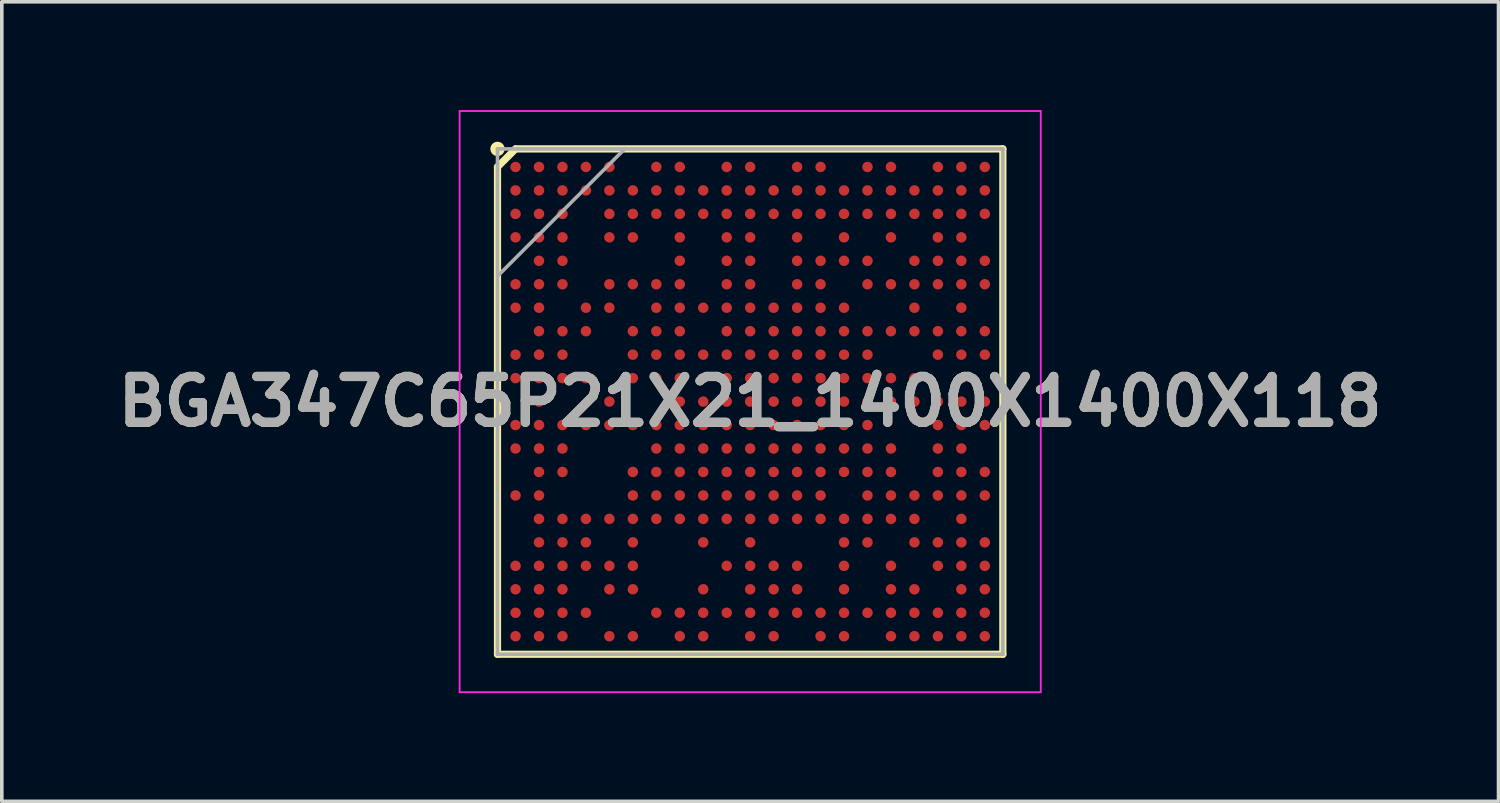
<source format=kicad_pcb>
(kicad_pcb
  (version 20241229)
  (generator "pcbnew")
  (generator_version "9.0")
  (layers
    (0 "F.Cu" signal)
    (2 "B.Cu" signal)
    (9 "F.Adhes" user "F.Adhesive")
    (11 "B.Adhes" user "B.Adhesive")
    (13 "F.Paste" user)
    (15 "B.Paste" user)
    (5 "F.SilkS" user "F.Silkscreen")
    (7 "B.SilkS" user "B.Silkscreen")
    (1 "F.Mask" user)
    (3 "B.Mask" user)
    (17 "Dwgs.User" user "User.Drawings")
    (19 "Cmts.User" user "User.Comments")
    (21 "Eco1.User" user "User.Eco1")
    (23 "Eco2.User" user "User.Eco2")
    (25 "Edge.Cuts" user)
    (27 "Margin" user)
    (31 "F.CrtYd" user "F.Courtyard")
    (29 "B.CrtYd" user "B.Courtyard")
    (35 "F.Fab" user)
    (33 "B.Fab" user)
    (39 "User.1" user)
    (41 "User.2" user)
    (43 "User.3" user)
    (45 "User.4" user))
  (footprint "BGA347C65P21X21_1400X1400X118"
    (layer "F.Cu")
    (at 17.732 8.075)
    (property "Reference" "BGA347C65P21X21_1400X1400X118" (at 0 0 0) (layer "F.SilkS") (effects (font (size 1.27 1.27) (thickness 0.254))))
    (attr smd)
    (fp_line (start -7 -6.5) (end -6.5 -7) (stroke (width 0.2) (type solid)) (layer "F.SilkS"))
    (fp_line (start -7 7) (end -7 -6.5) (stroke (width 0.2) (type solid)) (layer "F.SilkS"))
    (fp_line (start -6.5 -7) (end 7 -7) (stroke (width 0.2) (type solid)) (layer "F.SilkS"))
    (fp_line (start 7 -7) (end 7 7) (stroke (width 0.2) (type solid)) (layer "F.SilkS"))
    (fp_line (start 7 7) (end -7 7) (stroke (width 0.2) (type solid)) (layer "F.SilkS"))
    (fp_circle (center -7 -7) (end -7 -6.9) (stroke (width 0.2) (type solid)) (fill no) (layer "F.SilkS"))
    (fp_line (start -8.05 -8.05) (end 8.05 -8.05) (stroke (width 0.05) (type solid)) (layer "F.CrtYd"))
    (fp_line (start -8.05 8.05) (end -8.05 -8.05) (stroke (width 0.05) (type solid)) (layer "F.CrtYd"))
    (fp_line (start 8.05 -8.05) (end 8.05 8.05) (stroke (width 0.05) (type solid)) (layer "F.CrtYd"))
    (fp_line (start 8.05 8.05) (end -8.05 8.05) (stroke (width 0.05) (type solid)) (layer "F.CrtYd"))
    (fp_line (start -7 -7) (end 7 -7) (stroke (width 0.1) (type solid)) (layer "F.Fab"))
    (fp_line (start -7 -3.475) (end -3.475 -7) (stroke (width 0.1) (type solid)) (layer "F.Fab"))
    (fp_line (start -7 7) (end -7 -7) (stroke (width 0.1) (type solid)) (layer "F.Fab"))
    (fp_line (start 7 -7) (end 7 7) (stroke (width 0.1) (type solid)) (layer "F.Fab"))
    (fp_line (start 7 7) (end -7 7) (stroke (width 0.1) (type solid)) (layer "F.Fab"))
    (fp_text user "${REFERENCE}" (at 0 0 0) (layer "F.Fab") (effects (font (size 1.27 1.27) (thickness 0.254))))
    (pad "A1" smd circle (at -6.5 -6.5 90) (size 0.29 0.29) (layers "F.Cu" "F.Mask" "F.Paste"))
    (pad "A2" smd circle (at -5.85 -6.5 90) (size 0.29 0.29) (layers "F.Cu" "F.Mask" "F.Paste"))
    (pad "A3" smd circle (at -5.2 -6.5 90) (size 0.29 0.29) (layers "F.Cu" "F.Mask" "F.Paste"))
    (pad "A4" smd circle (at -4.55 -6.5 90) (size 0.29 0.29) (layers "F.Cu" "F.Mask" "F.Paste"))
    (pad "A5" smd circle (at -3.9 -6.5 90) (size 0.29 0.29) (layers "F.Cu" "F.Mask" "F.Paste"))
    (pad "A7" smd circle (at -2.6 -6.5 90) (size 0.29 0.29) (layers "F.Cu" "F.Mask" "F.Paste"))
    (pad "A8" smd circle (at -1.95 -6.5 90) (size 0.29 0.29) (layers "F.Cu" "F.Mask" "F.Paste"))
    (pad "A10" smd circle (at -0.65 -6.5 90) (size 0.29 0.29) (layers "F.Cu" "F.Mask" "F.Paste"))
    (pad "A11" smd circle (at 0 -6.5 90) (size 0.29 0.29) (layers "F.Cu" "F.Mask" "F.Paste"))
    (pad "A13" smd circle (at 1.3 -6.5 90) (size 0.29 0.29) (layers "F.Cu" "F.Mask" "F.Paste"))
    (pad "A14" smd circle (at 1.95 -6.5 90) (size 0.29 0.29) (layers "F.Cu" "F.Mask" "F.Paste"))
    (pad "A16" smd circle (at 3.25 -6.5 90) (size 0.29 0.29) (layers "F.Cu" "F.Mask" "F.Paste"))
    (pad "A17" smd circle (at 3.9 -6.5 90) (size 0.29 0.29) (layers "F.Cu" "F.Mask" "F.Paste"))
    (pad "A19" smd circle (at 5.2 -6.5 90) (size 0.29 0.29) (layers "F.Cu" "F.Mask" "F.Paste"))
    (pad "A20" smd circle (at 5.85 -6.5 90) (size 0.29 0.29) (layers "F.Cu" "F.Mask" "F.Paste"))
    (pad "A21" smd circle (at 6.5 -6.5 90) (size 0.29 0.29) (layers "F.Cu" "F.Mask" "F.Paste"))
    (pad "AA1" smd circle (at -6.5 6.5 90) (size 0.29 0.29) (layers "F.Cu" "F.Mask" "F.Paste"))
    (pad "AA2" smd circle (at -5.85 6.5 90) (size 0.29 0.29) (layers "F.Cu" "F.Mask" "F.Paste"))
    (pad "AA3" smd circle (at -5.2 6.5 90) (size 0.29 0.29) (layers "F.Cu" "F.Mask" "F.Paste"))
    (pad "AA5" smd circle (at -3.9 6.5 90) (size 0.29 0.29) (layers "F.Cu" "F.Mask" "F.Paste"))
    (pad "AA6" smd circle (at -3.25 6.5 90) (size 0.29 0.29) (layers "F.Cu" "F.Mask" "F.Paste"))
    (pad "AA8" smd circle (at -1.95 6.5 90) (size 0.29 0.29) (layers "F.Cu" "F.Mask" "F.Paste"))
    (pad "AA9" smd circle (at -1.3 6.5 90) (size 0.29 0.29) (layers "F.Cu" "F.Mask" "F.Paste"))
    (pad "AA11" smd circle (at 0 6.5 90) (size 0.29 0.29) (layers "F.Cu" "F.Mask" "F.Paste"))
    (pad "AA12" smd circle (at 0.65 6.5 90) (size 0.29 0.29) (layers "F.Cu" "F.Mask" "F.Paste"))
    (pad "AA14" smd circle (at 1.95 6.5 90) (size 0.29 0.29) (layers "F.Cu" "F.Mask" "F.Paste"))
    (pad "AA15" smd circle (at 2.6 6.5 90) (size 0.29 0.29) (layers "F.Cu" "F.Mask" "F.Paste"))
    (pad "AA17" smd circle (at 3.9 6.5 90) (size 0.29 0.29) (layers "F.Cu" "F.Mask" "F.Paste"))
    (pad "AA18" smd circle (at 4.55 6.5 90) (size 0.29 0.29) (layers "F.Cu" "F.Mask" "F.Paste"))
    (pad "AA19" smd circle (at 5.2 6.5 90) (size 0.29 0.29) (layers "F.Cu" "F.Mask" "F.Paste"))
    (pad "AA20" smd circle (at 5.85 6.5 90) (size 0.29 0.29) (layers "F.Cu" "F.Mask" "F.Paste"))
    (pad "AA21" smd circle (at 6.5 6.5 90) (size 0.29 0.29) (layers "F.Cu" "F.Mask" "F.Paste"))
    (pad "B1" smd circle (at -6.5 -5.85 90) (size 0.29 0.29) (layers "F.Cu" "F.Mask" "F.Paste"))
    (pad "B2" smd circle (at -5.85 -5.85 90) (size 0.29 0.29) (layers "F.Cu" "F.Mask" "F.Paste"))
    (pad "B3" smd circle (at -5.2 -5.85 90) (size 0.29 0.29) (layers "F.Cu" "F.Mask" "F.Paste"))
    (pad "B4" smd circle (at -4.55 -5.85 90) (size 0.29 0.29) (layers "F.Cu" "F.Mask" "F.Paste"))
    (pad "B5" smd circle (at -3.9 -5.85 90) (size 0.29 0.29) (layers "F.Cu" "F.Mask" "F.Paste"))
    (pad "B6" smd circle (at -3.25 -5.85 90) (size 0.29 0.29) (layers "F.Cu" "F.Mask" "F.Paste"))
    (pad "B7" smd circle (at -2.6 -5.85 90) (size 0.29 0.29) (layers "F.Cu" "F.Mask" "F.Paste"))
    (pad "B8" smd circle (at -1.95 -5.85 90) (size 0.29 0.29) (layers "F.Cu" "F.Mask" "F.Paste"))
    (pad "B9" smd circle (at -1.3 -5.85 90) (size 0.29 0.29) (layers "F.Cu" "F.Mask" "F.Paste"))
    (pad "B10" smd circle (at -0.65 -5.85 90) (size 0.29 0.29) (layers "F.Cu" "F.Mask" "F.Paste"))
    (pad "B11" smd circle (at 0 -5.85 90) (size 0.29 0.29) (layers "F.Cu" "F.Mask" "F.Paste"))
    (pad "B12" smd circle (at 0.65 -5.85 90) (size 0.29 0.29) (layers "F.Cu" "F.Mask" "F.Paste"))
    (pad "B13" smd circle (at 1.3 -5.85 90) (size 0.29 0.29) (layers "F.Cu" "F.Mask" "F.Paste"))
    (pad "B14" smd circle (at 1.95 -5.85 90) (size 0.29 0.29) (layers "F.Cu" "F.Mask" "F.Paste"))
    (pad "B15" smd circle (at 2.6 -5.85 90) (size 0.29 0.29) (layers "F.Cu" "F.Mask" "F.Paste"))
    (pad "B16" smd circle (at 3.25 -5.85 90) (size 0.29 0.29) (layers "F.Cu" "F.Mask" "F.Paste"))
    (pad "B17" smd circle (at 3.9 -5.85 90) (size 0.29 0.29) (layers "F.Cu" "F.Mask" "F.Paste"))
    (pad "B18" smd circle (at 4.55 -5.85 90) (size 0.29 0.29) (layers "F.Cu" "F.Mask" "F.Paste"))
    (pad "B19" smd circle (at 5.2 -5.85 90) (size 0.29 0.29) (layers "F.Cu" "F.Mask" "F.Paste"))
    (pad "B20" smd circle (at 5.85 -5.85 90) (size 0.29 0.29) (layers "F.Cu" "F.Mask" "F.Paste"))
    (pad "B21" smd circle (at 6.5 -5.85 90) (size 0.29 0.29) (layers "F.Cu" "F.Mask" "F.Paste"))
    (pad "C1" smd circle (at -6.5 -5.2 90) (size 0.29 0.29) (layers "F.Cu" "F.Mask" "F.Paste"))
    (pad "C2" smd circle (at -5.85 -5.2 90) (size 0.29 0.29) (layers "F.Cu" "F.Mask" "F.Paste"))
    (pad "C3" smd circle (at -5.2 -5.2 90) (size 0.29 0.29) (layers "F.Cu" "F.Mask" "F.Paste"))
    (pad "C5" smd circle (at -3.9 -5.2 90) (size 0.29 0.29) (layers "F.Cu" "F.Mask" "F.Paste"))
    (pad "C6" smd circle (at -3.25 -5.2 90) (size 0.29 0.29) (layers "F.Cu" "F.Mask" "F.Paste"))
    (pad "C7" smd circle (at -2.6 -5.2 90) (size 0.29 0.29) (layers "F.Cu" "F.Mask" "F.Paste"))
    (pad "C8" smd circle (at -1.95 -5.2 90) (size 0.29 0.29) (layers "F.Cu" "F.Mask" "F.Paste"))
    (pad "C9" smd circle (at -1.3 -5.2 90) (size 0.29 0.29) (layers "F.Cu" "F.Mask" "F.Paste"))
    (pad "C10" smd circle (at -0.65 -5.2 90) (size 0.29 0.29) (layers "F.Cu" "F.Mask" "F.Paste"))
    (pad "C11" smd circle (at 0 -5.2 90) (size 0.29 0.29) (layers "F.Cu" "F.Mask" "F.Paste"))
    (pad "C12" smd circle (at 0.65 -5.2 90) (size 0.29 0.29) (layers "F.Cu" "F.Mask" "F.Paste"))
    (pad "C13" smd circle (at 1.3 -5.2 90) (size 0.29 0.29) (layers "F.Cu" "F.Mask" "F.Paste"))
    (pad "C14" smd circle (at 1.95 -5.2 90) (size 0.29 0.29) (layers "F.Cu" "F.Mask" "F.Paste"))
    (pad "C15" smd circle (at 2.6 -5.2 90) (size 0.29 0.29) (layers "F.Cu" "F.Mask" "F.Paste"))
    (pad "C16" smd circle (at 3.25 -5.2 90) (size 0.29 0.29) (layers "F.Cu" "F.Mask" "F.Paste"))
    (pad "C17" smd circle (at 3.9 -5.2 90) (size 0.29 0.29) (layers "F.Cu" "F.Mask" "F.Paste"))
    (pad "C18" smd circle (at 4.55 -5.2 90) (size 0.29 0.29) (layers "F.Cu" "F.Mask" "F.Paste"))
    (pad "C19" smd circle (at 5.2 -5.2 90) (size 0.29 0.29) (layers "F.Cu" "F.Mask" "F.Paste"))
    (pad "C20" smd circle (at 5.85 -5.2 90) (size 0.29 0.29) (layers "F.Cu" "F.Mask" "F.Paste"))
    (pad "C21" smd circle (at 6.5 -5.2 90) (size 0.29 0.29) (layers "F.Cu" "F.Mask" "F.Paste"))
    (pad "D1" smd circle (at -6.5 -4.55 90) (size 0.29 0.29) (layers "F.Cu" "F.Mask" "F.Paste"))
    (pad "D2" smd circle (at -5.85 -4.55 90) (size 0.29 0.29) (layers "F.Cu" "F.Mask" "F.Paste"))
    (pad "D3" smd circle (at -5.2 -4.55 90) (size 0.29 0.29) (layers "F.Cu" "F.Mask" "F.Paste"))
    (pad "D5" smd circle (at -3.9 -4.55 90) (size 0.29 0.29) (layers "F.Cu" "F.Mask" "F.Paste"))
    (pad "D6" smd circle (at -3.25 -4.55 90) (size 0.29 0.29) (layers "F.Cu" "F.Mask" "F.Paste"))
    (pad "D8" smd circle (at -1.95 -4.55 90) (size 0.29 0.29) (layers "F.Cu" "F.Mask" "F.Paste"))
    (pad "D10" smd circle (at -0.65 -4.55 90) (size 0.29 0.29) (layers "F.Cu" "F.Mask" "F.Paste"))
    (pad "D11" smd circle (at 0 -4.55 90) (size 0.29 0.29) (layers "F.Cu" "F.Mask" "F.Paste"))
    (pad "D13" smd circle (at 1.3 -4.55 90) (size 0.29 0.29) (layers "F.Cu" "F.Mask" "F.Paste"))
    (pad "D15" smd circle (at 2.6 -4.55 90) (size 0.29 0.29) (layers "F.Cu" "F.Mask" "F.Paste"))
    (pad "D17" smd circle (at 3.9 -4.55 90) (size 0.29 0.29) (layers "F.Cu" "F.Mask" "F.Paste"))
    (pad "D19" smd circle (at 5.2 -4.55 90) (size 0.29 0.29) (layers "F.Cu" "F.Mask" "F.Paste"))
    (pad "D20" smd circle (at 5.85 -4.55 90) (size 0.29 0.29) (layers "F.Cu" "F.Mask" "F.Paste"))
    (pad "E2" smd circle (at -5.85 -3.9 90) (size 0.29 0.29) (layers "F.Cu" "F.Mask" "F.Paste"))
    (pad "E3" smd circle (at -5.2 -3.9 90) (size 0.29 0.29) (layers "F.Cu" "F.Mask" "F.Paste"))
    (pad "E8" smd circle (at -1.95 -3.9 90) (size 0.29 0.29) (layers "F.Cu" "F.Mask" "F.Paste"))
    (pad "E10" smd circle (at -0.65 -3.9 90) (size 0.29 0.29) (layers "F.Cu" "F.Mask" "F.Paste"))
    (pad "E11" smd circle (at 0 -3.9 90) (size 0.29 0.29) (layers "F.Cu" "F.Mask" "F.Paste"))
    (pad "E13" smd circle (at 1.3 -3.9 90) (size 0.29 0.29) (layers "F.Cu" "F.Mask" "F.Paste"))
    (pad "E14" smd circle (at 1.95 -3.9 90) (size 0.29 0.29) (layers "F.Cu" "F.Mask" "F.Paste"))
    (pad "E15" smd circle (at 2.6 -3.9 90) (size 0.29 0.29) (layers "F.Cu" "F.Mask" "F.Paste"))
    (pad "E16" smd circle (at 3.25 -3.9 90) (size 0.29 0.29) (layers "F.Cu" "F.Mask" "F.Paste"))
    (pad "E18" smd circle (at 4.55 -3.9 90) (size 0.29 0.29) (layers "F.Cu" "F.Mask" "F.Paste"))
    (pad "E19" smd circle (at 5.2 -3.9 90) (size 0.29 0.29) (layers "F.Cu" "F.Mask" "F.Paste"))
    (pad "E20" smd circle (at 5.85 -3.9 90) (size 0.29 0.29) (layers "F.Cu" "F.Mask" "F.Paste"))
    (pad "E21" smd circle (at 6.5 -3.9 90) (size 0.29 0.29) (layers "F.Cu" "F.Mask" "F.Paste"))
    (pad "F1" smd circle (at -6.5 -3.25 90) (size 0.29 0.29) (layers "F.Cu" "F.Mask" "F.Paste"))
    (pad "F2" smd circle (at -5.85 -3.25 90) (size 0.29 0.29) (layers "F.Cu" "F.Mask" "F.Paste"))
    (pad "F3" smd circle (at -5.2 -3.25 90) (size 0.29 0.29) (layers "F.Cu" "F.Mask" "F.Paste"))
    (pad "F5" smd circle (at -3.9 -3.25 90) (size 0.29 0.29) (layers "F.Cu" "F.Mask" "F.Paste"))
    (pad "F6" smd circle (at -3.25 -3.25 90) (size 0.29 0.29) (layers "F.Cu" "F.Mask" "F.Paste"))
    (pad "F7" smd circle (at -2.6 -3.25 90) (size 0.29 0.29) (layers "F.Cu" "F.Mask" "F.Paste"))
    (pad "F8" smd circle (at -1.95 -3.25 90) (size 0.29 0.29) (layers "F.Cu" "F.Mask" "F.Paste"))
    (pad "F10" smd circle (at -0.65 -3.25 90) (size 0.29 0.29) (layers "F.Cu" "F.Mask" "F.Paste"))
    (pad "F11" smd circle (at 0 -3.25 90) (size 0.29 0.29) (layers "F.Cu" "F.Mask" "F.Paste"))
    (pad "F13" smd circle (at 1.3 -3.25 90) (size 0.29 0.29) (layers "F.Cu" "F.Mask" "F.Paste"))
    (pad "F14" smd circle (at 1.95 -3.25 90) (size 0.29 0.29) (layers "F.Cu" "F.Mask" "F.Paste"))
    (pad "F16" smd circle (at 3.25 -3.25 90) (size 0.29 0.29) (layers "F.Cu" "F.Mask" "F.Paste"))
    (pad "F17" smd circle (at 3.9 -3.25 90) (size 0.29 0.29) (layers "F.Cu" "F.Mask" "F.Paste"))
    (pad "F18" smd circle (at 4.55 -3.25 90) (size 0.29 0.29) (layers "F.Cu" "F.Mask" "F.Paste"))
    (pad "F19" smd circle (at 5.2 -3.25 90) (size 0.29 0.29) (layers "F.Cu" "F.Mask" "F.Paste"))
    (pad "F20" smd circle (at 5.85 -3.25 90) (size 0.29 0.29) (layers "F.Cu" "F.Mask" "F.Paste"))
    (pad "F21" smd circle (at 6.5 -3.25 90) (size 0.29 0.29) (layers "F.Cu" "F.Mask" "F.Paste"))
    (pad "G1" smd circle (at -6.5 -2.6 90) (size 0.29 0.29) (layers "F.Cu" "F.Mask" "F.Paste"))
    (pad "G2" smd circle (at -5.85 -2.6 90) (size 0.29 0.29) (layers "F.Cu" "F.Mask" "F.Paste"))
    (pad "G4" smd circle (at -4.55 -2.6 90) (size 0.29 0.29) (layers "F.Cu" "F.Mask" "F.Paste"))
    (pad "G5" smd circle (at -3.9 -2.6 90) (size 0.29 0.29) (layers "F.Cu" "F.Mask" "F.Paste"))
    (pad "G7" smd circle (at -2.6 -2.6 90) (size 0.29 0.29) (layers "F.Cu" "F.Mask" "F.Paste"))
    (pad "G8" smd circle (at -1.95 -2.6 90) (size 0.29 0.29) (layers "F.Cu" "F.Mask" "F.Paste"))
    (pad "G9" smd circle (at -1.3 -2.6 90) (size 0.29 0.29) (layers "F.Cu" "F.Mask" "F.Paste"))
    (pad "G10" smd circle (at -0.65 -2.6 90) (size 0.29 0.29) (layers "F.Cu" "F.Mask" "F.Paste"))
    (pad "G11" smd circle (at 0 -2.6 90) (size 0.29 0.29) (layers "F.Cu" "F.Mask" "F.Paste"))
    (pad "G12" smd circle (at 0.65 -2.6 90) (size 0.29 0.29) (layers "F.Cu" "F.Mask" "F.Paste"))
    (pad "G13" smd circle (at 1.3 -2.6 90) (size 0.29 0.29) (layers "F.Cu" "F.Mask" "F.Paste"))
    (pad "G14" smd circle (at 1.95 -2.6 90) (size 0.29 0.29) (layers "F.Cu" "F.Mask" "F.Paste"))
    (pad "G15" smd circle (at 2.6 -2.6 90) (size 0.29 0.29) (layers "F.Cu" "F.Mask" "F.Paste"))
    (pad "G18" smd circle (at 4.55 -2.6 90) (size 0.29 0.29) (layers "F.Cu" "F.Mask" "F.Paste"))
    (pad "G20" smd circle (at 5.85 -2.6 90) (size 0.29 0.29) (layers "F.Cu" "F.Mask" "F.Paste"))
    (pad "H2" smd circle (at -5.85 -1.95 90) (size 0.29 0.29) (layers "F.Cu" "F.Mask" "F.Paste"))
    (pad "H3" smd circle (at -5.2 -1.95 90) (size 0.29 0.29) (layers "F.Cu" "F.Mask" "F.Paste"))
    (pad "H4" smd circle (at -4.55 -1.95 90) (size 0.29 0.29) (layers "F.Cu" "F.Mask" "F.Paste"))
    (pad "H6" smd circle (at -3.25 -1.95 90) (size 0.29 0.29) (layers "F.Cu" "F.Mask" "F.Paste"))
    (pad "H7" smd circle (at -2.6 -1.95 90) (size 0.29 0.29) (layers "F.Cu" "F.Mask" "F.Paste"))
    (pad "H8" smd circle (at -1.95 -1.95 90) (size 0.29 0.29) (layers "F.Cu" "F.Mask" "F.Paste"))
    (pad "H10" smd circle (at -0.65 -1.95 90) (size 0.29 0.29) (layers "F.Cu" "F.Mask" "F.Paste"))
    (pad "H11" smd circle (at 0 -1.95 90) (size 0.29 0.29) (layers "F.Cu" "F.Mask" "F.Paste"))
    (pad "H12" smd circle (at 0.65 -1.95 90) (size 0.29 0.29) (layers "F.Cu" "F.Mask" "F.Paste"))
    (pad "H13" smd circle (at 1.3 -1.95 90) (size 0.29 0.29) (layers "F.Cu" "F.Mask" "F.Paste"))
    (pad "H14" smd circle (at 1.95 -1.95 90) (size 0.29 0.29) (layers "F.Cu" "F.Mask" "F.Paste"))
    (pad "H15" smd circle (at 2.6 -1.95 90) (size 0.29 0.29) (layers "F.Cu" "F.Mask" "F.Paste"))
    (pad "H16" smd circle (at 3.25 -1.95 90) (size 0.29 0.29) (layers "F.Cu" "F.Mask" "F.Paste"))
    (pad "H17" smd circle (at 3.9 -1.95 90) (size 0.29 0.29) (layers "F.Cu" "F.Mask" "F.Paste"))
    (pad "H18" smd circle (at 4.55 -1.95 90) (size 0.29 0.29) (layers "F.Cu" "F.Mask" "F.Paste"))
    (pad "H19" smd circle (at 5.2 -1.95 90) (size 0.29 0.29) (layers "F.Cu" "F.Mask" "F.Paste"))
    (pad "H20" smd circle (at 5.85 -1.95 90) (size 0.29 0.29) (layers "F.Cu" "F.Mask" "F.Paste"))
    (pad "H21" smd circle (at 6.5 -1.95 90) (size 0.29 0.29) (layers "F.Cu" "F.Mask" "F.Paste"))
    (pad "J1" smd circle (at -6.5 -1.3 90) (size 0.29 0.29) (layers "F.Cu" "F.Mask" "F.Paste"))
    (pad "J2" smd circle (at -5.85 -1.3 90) (size 0.29 0.29) (layers "F.Cu" "F.Mask" "F.Paste"))
    (pad "J3" smd circle (at -5.2 -1.3 90) (size 0.29 0.29) (layers "F.Cu" "F.Mask" "F.Paste"))
    (pad "J6" smd circle (at -3.25 -1.3 90) (size 0.29 0.29) (layers "F.Cu" "F.Mask" "F.Paste"))
    (pad "J7" smd circle (at -2.6 -1.3 90) (size 0.29 0.29) (layers "F.Cu" "F.Mask" "F.Paste"))
    (pad "J8" smd circle (at -1.95 -1.3 90) (size 0.29 0.29) (layers "F.Cu" "F.Mask" "F.Paste"))
    (pad "J9" smd circle (at -1.3 -1.3 90) (size 0.29 0.29) (layers "F.Cu" "F.Mask" "F.Paste"))
    (pad "J10" smd circle (at -0.65 -1.3 90) (size 0.29 0.29) (layers "F.Cu" "F.Mask" "F.Paste"))
    (pad "J11" smd circle (at 0 -1.3 90) (size 0.29 0.29) (layers "F.Cu" "F.Mask" "F.Paste"))
    (pad "J12" smd circle (at 0.65 -1.3 90) (size 0.29 0.29) (layers "F.Cu" "F.Mask" "F.Paste"))
    (pad "J13" smd circle (at 1.3 -1.3 90) (size 0.29 0.29) (layers "F.Cu" "F.Mask" "F.Paste"))
    (pad "J14" smd circle (at 1.95 -1.3 90) (size 0.29 0.29) (layers "F.Cu" "F.Mask" "F.Paste"))
    (pad "J15" smd circle (at 2.6 -1.3 90) (size 0.29 0.29) (layers "F.Cu" "F.Mask" "F.Paste"))
    (pad "J16" smd circle (at 3.25 -1.3 90) (size 0.29 0.29) (layers "F.Cu" "F.Mask" "F.Paste"))
    (pad "J19" smd circle (at 5.2 -1.3 90) (size 0.29 0.29) (layers "F.Cu" "F.Mask" "F.Paste"))
    (pad "J20" smd circle (at 5.85 -1.3 90) (size 0.29 0.29) (layers "F.Cu" "F.Mask" "F.Paste"))
    (pad "J21" smd circle (at 6.5 -1.3 90) (size 0.29 0.29) (layers "F.Cu" "F.Mask" "F.Paste"))
    (pad "K1" smd circle (at -6.5 -0.65 90) (size 0.29 0.29) (layers "F.Cu" "F.Mask" "F.Paste"))
    (pad "K2" smd circle (at -5.85 -0.65 90) (size 0.29 0.29) (layers "F.Cu" "F.Mask" "F.Paste"))
    (pad "K3" smd circle (at -5.2 -0.65 90) (size 0.29 0.29) (layers "F.Cu" "F.Mask" "F.Paste"))
    (pad "K4" smd circle (at -4.55 -0.65 90) (size 0.29 0.29) (layers "F.Cu" "F.Mask" "F.Paste"))
    (pad "K6" smd circle (at -3.25 -0.65 90) (size 0.29 0.29) (layers "F.Cu" "F.Mask" "F.Paste"))
    (pad "K7" smd circle (at -2.6 -0.65 90) (size 0.29 0.29) (layers "F.Cu" "F.Mask" "F.Paste"))
    (pad "K8" smd circle (at -1.95 -0.65 90) (size 0.29 0.29) (layers "F.Cu" "F.Mask" "F.Paste"))
    (pad "K9" smd circle (at -1.3 -0.65 90) (size 0.29 0.29) (layers "F.Cu" "F.Mask" "F.Paste"))
    (pad "K10" smd circle (at -0.65 -0.65 90) (size 0.29 0.29) (layers "F.Cu" "F.Mask" "F.Paste"))
    (pad "K11" smd circle (at 0 -0.65 90) (size 0.29 0.29) (layers "F.Cu" "F.Mask" "F.Paste"))
    (pad "K12" smd circle (at 0.65 -0.65 90) (size 0.29 0.29) (layers "F.Cu" "F.Mask" "F.Paste"))
    (pad "K13" smd circle (at 1.3 -0.65 90) (size 0.29 0.29) (layers "F.Cu" "F.Mask" "F.Paste"))
    (pad "K14" smd circle (at 1.95 -0.65 90) (size 0.29 0.29) (layers "F.Cu" "F.Mask" "F.Paste"))
    (pad "K15" smd circle (at 2.6 -0.65 90) (size 0.29 0.29) (layers "F.Cu" "F.Mask" "F.Paste"))
    (pad "K16" smd circle (at 3.25 -0.65 90) (size 0.29 0.29) (layers "F.Cu" "F.Mask" "F.Paste"))
    (pad "K17" smd circle (at 3.9 -0.65 90) (size 0.29 0.29) (layers "F.Cu" "F.Mask" "F.Paste"))
    (pad "K18" smd circle (at 4.55 -0.65 90) (size 0.29 0.29) (layers "F.Cu" "F.Mask" "F.Paste"))
    (pad "K20" smd circle (at 5.85 -0.65 90) (size 0.29 0.29) (layers "F.Cu" "F.Mask" "F.Paste"))
    (pad "L2" smd circle (at -5.85 0 90) (size 0.29 0.29) (layers "F.Cu" "F.Mask" "F.Paste"))
    (pad "L5" smd circle (at -3.9 0 90) (size 0.29 0.29) (layers "F.Cu" "F.Mask" "F.Paste"))
    (pad "L8" smd circle (at -1.95 0 90) (size 0.29 0.29) (layers "F.Cu" "F.Mask" "F.Paste"))
    (pad "L9" smd circle (at -1.3 0 90) (size 0.29 0.29) (layers "F.Cu" "F.Mask" "F.Paste"))
    (pad "L10" smd circle (at -0.65 0 90) (size 0.29 0.29) (layers "F.Cu" "F.Mask" "F.Paste"))
    (pad "L11" smd circle (at 0 0 90) (size 0.29 0.29) (layers "F.Cu" "F.Mask" "F.Paste"))
    (pad "L12" smd circle (at 0.65 0 90) (size 0.29 0.29) (layers "F.Cu" "F.Mask" "F.Paste"))
    (pad "L13" smd circle (at 1.3 0 90) (size 0.29 0.29) (layers "F.Cu" "F.Mask" "F.Paste"))
    (pad "L14" smd circle (at 1.95 0 90) (size 0.29 0.29) (layers "F.Cu" "F.Mask" "F.Paste"))
    (pad "L15" smd circle (at 2.6 0 90) (size 0.29 0.29) (layers "F.Cu" "F.Mask" "F.Paste"))
    (pad "L16" smd circle (at 3.25 0 90) (size 0.29 0.29) (layers "F.Cu" "F.Mask" "F.Paste"))
    (pad "L17" smd circle (at 3.9 0 90) (size 0.29 0.29) (layers "F.Cu" "F.Mask" "F.Paste"))
    (pad "L18" smd circle (at 4.55 0 90) (size 0.29 0.29) (layers "F.Cu" "F.Mask" "F.Paste"))
    (pad "L19" smd circle (at 5.2 0 90) (size 0.29 0.29) (layers "F.Cu" "F.Mask" "F.Paste"))
    (pad "L20" smd circle (at 5.85 0 90) (size 0.29 0.29) (layers "F.Cu" "F.Mask" "F.Paste"))
    (pad "L21" smd circle (at 6.5 0 90) (size 0.29 0.29) (layers "F.Cu" "F.Mask" "F.Paste"))
    (pad "M1" smd circle (at -6.5 0.65 90) (size 0.29 0.29) (layers "F.Cu" "F.Mask" "F.Paste"))
    (pad "M2" smd circle (at -5.85 0.65 90) (size 0.29 0.29) (layers "F.Cu" "F.Mask" "F.Paste"))
    (pad "M3" smd circle (at -5.2 0.65 90) (size 0.29 0.29) (layers "F.Cu" "F.Mask" "F.Paste"))
    (pad "M4" smd circle (at -4.55 0.65 90) (size 0.29 0.29) (layers "F.Cu" "F.Mask" "F.Paste"))
    (pad "M5" smd circle (at -3.9 0.65 90) (size 0.29 0.29) (layers "F.Cu" "F.Mask" "F.Paste"))
    (pad "M6" smd circle (at -3.25 0.65 90) (size 0.29 0.29) (layers "F.Cu" "F.Mask" "F.Paste"))
    (pad "M7" smd circle (at -2.6 0.65 90) (size 0.29 0.29) (layers "F.Cu" "F.Mask" "F.Paste"))
    (pad "M8" smd circle (at -1.95 0.65 90) (size 0.29 0.29) (layers "F.Cu" "F.Mask" "F.Paste"))
    (pad "M9" smd circle (at -1.3 0.65 90) (size 0.29 0.29) (layers "F.Cu" "F.Mask" "F.Paste"))
    (pad "M10" smd circle (at -0.65 0.65 90) (size 0.29 0.29) (layers "F.Cu" "F.Mask" "F.Paste"))
    (pad "M11" smd circle (at 0 0.65 90) (size 0.29 0.29) (layers "F.Cu" "F.Mask" "F.Paste"))
    (pad "M12" smd circle (at 0.65 0.65 90) (size 0.29 0.29) (layers "F.Cu" "F.Mask" "F.Paste"))
    (pad "M13" smd circle (at 1.3 0.65 90) (size 0.29 0.29) (layers "F.Cu" "F.Mask" "F.Paste"))
    (pad "M14" smd circle (at 1.95 0.65 90) (size 0.29 0.29) (layers "F.Cu" "F.Mask" "F.Paste"))
    (pad "M15" smd circle (at 2.6 0.65 90) (size 0.29 0.29) (layers "F.Cu" "F.Mask" "F.Paste"))
    (pad "M16" smd circle (at 3.25 0.65 90) (size 0.29 0.29) (layers "F.Cu" "F.Mask" "F.Paste"))
    (pad "M19" smd circle (at 5.2 0.65 90) (size 0.29 0.29) (layers "F.Cu" "F.Mask" "F.Paste"))
    (pad "M20" smd circle (at 5.85 0.65 90) (size 0.29 0.29) (layers "F.Cu" "F.Mask" "F.Paste"))
    (pad "M21" smd circle (at 6.5 0.65 90) (size 0.29 0.29) (layers "F.Cu" "F.Mask" "F.Paste"))
    (pad "N1" smd circle (at -6.5 1.3 90) (size 0.29 0.29) (layers "F.Cu" "F.Mask" "F.Paste"))
    (pad "N2" smd circle (at -5.85 1.3 90) (size 0.29 0.29) (layers "F.Cu" "F.Mask" "F.Paste"))
    (pad "N3" smd circle (at -5.2 1.3 90) (size 0.29 0.29) (layers "F.Cu" "F.Mask" "F.Paste"))
    (pad "N7" smd circle (at -2.6 1.3 90) (size 0.29 0.29) (layers "F.Cu" "F.Mask" "F.Paste"))
    (pad "N8" smd circle (at -1.95 1.3 90) (size 0.29 0.29) (layers "F.Cu" "F.Mask" "F.Paste"))
    (pad "N9" smd circle (at -1.3 1.3 90) (size 0.29 0.29) (layers "F.Cu" "F.Mask" "F.Paste"))
    (pad "N10" smd circle (at -0.65 1.3 90) (size 0.29 0.29) (layers "F.Cu" "F.Mask" "F.Paste"))
    (pad "N11" smd circle (at 0 1.3 90) (size 0.29 0.29) (layers "F.Cu" "F.Mask" "F.Paste"))
    (pad "N12" smd circle (at 0.65 1.3 90) (size 0.29 0.29) (layers "F.Cu" "F.Mask" "F.Paste"))
    (pad "N13" smd circle (at 1.3 1.3 90) (size 0.29 0.29) (layers "F.Cu" "F.Mask" "F.Paste"))
    (pad "N14" smd circle (at 1.95 1.3 90) (size 0.29 0.29) (layers "F.Cu" "F.Mask" "F.Paste"))
    (pad "N15" smd circle (at 2.6 1.3 90) (size 0.29 0.29) (layers "F.Cu" "F.Mask" "F.Paste"))
    (pad "N16" smd circle (at 3.25 1.3 90) (size 0.29 0.29) (layers "F.Cu" "F.Mask" "F.Paste"))
    (pad "N17" smd circle (at 3.9 1.3 90) (size 0.29 0.29) (layers "F.Cu" "F.Mask" "F.Paste"))
    (pad "N19" smd circle (at 5.2 1.3 90) (size 0.29 0.29) (layers "F.Cu" "F.Mask" "F.Paste"))
    (pad "N20" smd circle (at 5.85 1.3 90) (size 0.29 0.29) (layers "F.Cu" "F.Mask" "F.Paste"))
    (pad "P2" smd circle (at -5.85 1.95 90) (size 0.29 0.29) (layers "F.Cu" "F.Mask" "F.Paste"))
    (pad "P3" smd circle (at -5.2 1.95 90) (size 0.29 0.29) (layers "F.Cu" "F.Mask" "F.Paste"))
    (pad "P6" smd circle (at -3.25 1.95 90) (size 0.29 0.29) (layers "F.Cu" "F.Mask" "F.Paste"))
    (pad "P7" smd circle (at -2.6 1.95 90) (size 0.29 0.29) (layers "F.Cu" "F.Mask" "F.Paste"))
    (pad "P8" smd circle (at -1.95 1.95 90) (size 0.29 0.29) (layers "F.Cu" "F.Mask" "F.Paste"))
    (pad "P9" smd circle (at -1.3 1.95 90) (size 0.29 0.29) (layers "F.Cu" "F.Mask" "F.Paste"))
    (pad "P10" smd circle (at -0.65 1.95 90) (size 0.29 0.29) (layers "F.Cu" "F.Mask" "F.Paste"))
    (pad "P11" smd circle (at 0 1.95 90) (size 0.29 0.29) (layers "F.Cu" "F.Mask" "F.Paste"))
    (pad "P12" smd circle (at 0.65 1.95 90) (size 0.29 0.29) (layers "F.Cu" "F.Mask" "F.Paste"))
    (pad "P13" smd circle (at 1.3 1.95 90) (size 0.29 0.29) (layers "F.Cu" "F.Mask" "F.Paste"))
    (pad "P14" smd circle (at 1.95 1.95 90) (size 0.29 0.29) (layers "F.Cu" "F.Mask" "F.Paste"))
    (pad "P15" smd circle (at 2.6 1.95 90) (size 0.29 0.29) (layers "F.Cu" "F.Mask" "F.Paste"))
    (pad "P16" smd circle (at 3.25 1.95 90) (size 0.29 0.29) (layers "F.Cu" "F.Mask" "F.Paste"))
    (pad "P17" smd circle (at 3.9 1.95 90) (size 0.29 0.29) (layers "F.Cu" "F.Mask" "F.Paste"))
    (pad "P19" smd circle (at 5.2 1.95 90) (size 0.29 0.29) (layers "F.Cu" "F.Mask" "F.Paste"))
    (pad "P20" smd circle (at 5.85 1.95 90) (size 0.29 0.29) (layers "F.Cu" "F.Mask" "F.Paste"))
    (pad "P21" smd circle (at 6.5 1.95 90) (size 0.29 0.29) (layers "F.Cu" "F.Mask" "F.Paste"))
    (pad "R1" smd circle (at -6.5 2.6 90) (size 0.29 0.29) (layers "F.Cu" "F.Mask" "F.Paste"))
    (pad "R2" smd circle (at -5.85 2.6 90) (size 0.29 0.29) (layers "F.Cu" "F.Mask" "F.Paste"))
    (pad "R6" smd circle (at -3.25 2.6 90) (size 0.29 0.29) (layers "F.Cu" "F.Mask" "F.Paste"))
    (pad "R7" smd circle (at -2.6 2.6 90) (size 0.29 0.29) (layers "F.Cu" "F.Mask" "F.Paste"))
    (pad "R8" smd circle (at -1.95 2.6 90) (size 0.29 0.29) (layers "F.Cu" "F.Mask" "F.Paste"))
    (pad "R9" smd circle (at -1.3 2.6 90) (size 0.29 0.29) (layers "F.Cu" "F.Mask" "F.Paste"))
    (pad "R10" smd circle (at -0.65 2.6 90) (size 0.29 0.29) (layers "F.Cu" "F.Mask" "F.Paste"))
    (pad "R11" smd circle (at 0 2.6 90) (size 0.29 0.29) (layers "F.Cu" "F.Mask" "F.Paste"))
    (pad "R12" smd circle (at 0.65 2.6 90) (size 0.29 0.29) (layers "F.Cu" "F.Mask" "F.Paste"))
    (pad "R13" smd circle (at 1.3 2.6 90) (size 0.29 0.29) (layers "F.Cu" "F.Mask" "F.Paste"))
    (pad "R14" smd circle (at 1.95 2.6 90) (size 0.29 0.29) (layers "F.Cu" "F.Mask" "F.Paste"))
    (pad "R16" smd circle (at 3.25 2.6 90) (size 0.29 0.29) (layers "F.Cu" "F.Mask" "F.Paste"))
    (pad "R17" smd circle (at 3.9 2.6 90) (size 0.29 0.29) (layers "F.Cu" "F.Mask" "F.Paste"))
    (pad "R18" smd circle (at 4.55 2.6 90) (size 0.29 0.29) (layers "F.Cu" "F.Mask" "F.Paste"))
    (pad "R19" smd circle (at 5.2 2.6 90) (size 0.29 0.29) (layers "F.Cu" "F.Mask" "F.Paste"))
    (pad "R20" smd circle (at 5.85 2.6 90) (size 0.29 0.29) (layers "F.Cu" "F.Mask" "F.Paste"))
    (pad "R21" smd circle (at 6.5 2.6 90) (size 0.29 0.29) (layers "F.Cu" "F.Mask" "F.Paste"))
    (pad "T2" smd circle (at -5.85 3.25 90) (size 0.29 0.29) (layers "F.Cu" "F.Mask" "F.Paste"))
    (pad "T3" smd circle (at -5.2 3.25 90) (size 0.29 0.29) (layers "F.Cu" "F.Mask" "F.Paste"))
    (pad "T4" smd circle (at -4.55 3.25 90) (size 0.29 0.29) (layers "F.Cu" "F.Mask" "F.Paste"))
    (pad "T5" smd circle (at -3.9 3.25 90) (size 0.29 0.29) (layers "F.Cu" "F.Mask" "F.Paste"))
    (pad "T6" smd circle (at -3.25 3.25 90) (size 0.29 0.29) (layers "F.Cu" "F.Mask" "F.Paste"))
    (pad "T7" smd circle (at -2.6 3.25 90) (size 0.29 0.29) (layers "F.Cu" "F.Mask" "F.Paste"))
    (pad "T8" smd circle (at -1.95 3.25 90) (size 0.29 0.29) (layers "F.Cu" "F.Mask" "F.Paste"))
    (pad "T9" smd circle (at -1.3 3.25 90) (size 0.29 0.29) (layers "F.Cu" "F.Mask" "F.Paste"))
    (pad "T10" smd circle (at -0.65 3.25 90) (size 0.29 0.29) (layers "F.Cu" "F.Mask" "F.Paste"))
    (pad "T11" smd circle (at 0 3.25 90) (size 0.29 0.29) (layers "F.Cu" "F.Mask" "F.Paste"))
    (pad "T12" smd circle (at 0.65 3.25 90) (size 0.29 0.29) (layers "F.Cu" "F.Mask" "F.Paste"))
    (pad "T13" smd circle (at 1.3 3.25 90) (size 0.29 0.29) (layers "F.Cu" "F.Mask" "F.Paste"))
    (pad "T14" smd circle (at 1.95 3.25 90) (size 0.29 0.29) (layers "F.Cu" "F.Mask" "F.Paste"))
    (pad "T15" smd circle (at 2.6 3.25 90) (size 0.29 0.29) (layers "F.Cu" "F.Mask" "F.Paste"))
    (pad "T16" smd circle (at 3.25 3.25 90) (size 0.29 0.29) (layers "F.Cu" "F.Mask" "F.Paste"))
    (pad "T17" smd circle (at 3.9 3.25 90) (size 0.29 0.29) (layers "F.Cu" "F.Mask" "F.Paste"))
    (pad "T18" smd circle (at 4.55 3.25 90) (size 0.29 0.29) (layers "F.Cu" "F.Mask" "F.Paste"))
    (pad "T20" smd circle (at 5.85 3.25 90) (size 0.29 0.29) (layers "F.Cu" "F.Mask" "F.Paste"))
    (pad "U2" smd circle (at -5.85 3.9 90) (size 0.29 0.29) (layers "F.Cu" "F.Mask" "F.Paste"))
    (pad "U3" smd circle (at -5.2 3.9 90) (size 0.29 0.29) (layers "F.Cu" "F.Mask" "F.Paste"))
    (pad "U4" smd circle (at -4.55 3.9 90) (size 0.29 0.29) (layers "F.Cu" "F.Mask" "F.Paste"))
    (pad "U6" smd circle (at -3.25 3.9 90) (size 0.29 0.29) (layers "F.Cu" "F.Mask" "F.Paste"))
    (pad "U9" smd circle (at -1.3 3.9 90) (size 0.29 0.29) (layers "F.Cu" "F.Mask" "F.Paste"))
    (pad "U11" smd circle (at 0 3.9 90) (size 0.29 0.29) (layers "F.Cu" "F.Mask" "F.Paste"))
    (pad "U15" smd circle (at 2.6 3.9 90) (size 0.29 0.29) (layers "F.Cu" "F.Mask" "F.Paste"))
    (pad "U16" smd circle (at 3.25 3.9 90) (size 0.29 0.29) (layers "F.Cu" "F.Mask" "F.Paste"))
    (pad "U18" smd circle (at 4.55 3.9 90) (size 0.29 0.29) (layers "F.Cu" "F.Mask" "F.Paste"))
    (pad "U19" smd circle (at 5.2 3.9 90) (size 0.29 0.29) (layers "F.Cu" "F.Mask" "F.Paste"))
    (pad "U20" smd circle (at 5.85 3.9 90) (size 0.29 0.29) (layers "F.Cu" "F.Mask" "F.Paste"))
    (pad "U21" smd circle (at 6.5 3.9 90) (size 0.29 0.29) (layers "F.Cu" "F.Mask" "F.Paste"))
    (pad "V1" smd circle (at -6.5 4.55 90) (size 0.29 0.29) (layers "F.Cu" "F.Mask" "F.Paste"))
    (pad "V2" smd circle (at -5.85 4.55 90) (size 0.29 0.29) (layers "F.Cu" "F.Mask" "F.Paste"))
    (pad "V3" smd circle (at -5.2 4.55 90) (size 0.29 0.29) (layers "F.Cu" "F.Mask" "F.Paste"))
    (pad "V4" smd circle (at -4.55 4.55 90) (size 0.29 0.29) (layers "F.Cu" "F.Mask" "F.Paste"))
    (pad "V5" smd circle (at -3.9 4.55 90) (size 0.29 0.29) (layers "F.Cu" "F.Mask" "F.Paste"))
    (pad "V6" smd circle (at -3.25 4.55 90) (size 0.29 0.29) (layers "F.Cu" "F.Mask" "F.Paste"))
    (pad "V10" smd circle (at -0.65 4.55 90) (size 0.29 0.29) (layers "F.Cu" "F.Mask" "F.Paste"))
    (pad "V11" smd circle (at 0 4.55 90) (size 0.29 0.29) (layers "F.Cu" "F.Mask" "F.Paste"))
    (pad "V12" smd circle (at 0.65 4.55 90) (size 0.29 0.29) (layers "F.Cu" "F.Mask" "F.Paste"))
    (pad "V13" smd circle (at 1.3 4.55 90) (size 0.29 0.29) (layers "F.Cu" "F.Mask" "F.Paste"))
    (pad "V15" smd circle (at 2.6 4.55 90) (size 0.29 0.29) (layers "F.Cu" "F.Mask" "F.Paste"))
    (pad "V17" smd circle (at 3.9 4.55 90) (size 0.29 0.29) (layers "F.Cu" "F.Mask" "F.Paste"))
    (pad "V19" smd circle (at 5.2 4.55 90) (size 0.29 0.29) (layers "F.Cu" "F.Mask" "F.Paste"))
    (pad "V20" smd circle (at 5.85 4.55 90) (size 0.29 0.29) (layers "F.Cu" "F.Mask" "F.Paste"))
    (pad "V21" smd circle (at 6.5 4.55 90) (size 0.29 0.29) (layers "F.Cu" "F.Mask" "F.Paste"))
    (pad "W1" smd circle (at -6.5 5.2 90) (size 0.29 0.29) (layers "F.Cu" "F.Mask" "F.Paste"))
    (pad "W2" smd circle (at -5.85 5.2 90) (size 0.29 0.29) (layers "F.Cu" "F.Mask" "F.Paste"))
    (pad "W3" smd circle (at -5.2 5.2 90) (size 0.29 0.29) (layers "F.Cu" "F.Mask" "F.Paste"))
    (pad "W5" smd circle (at -3.9 5.2 90) (size 0.29 0.29) (layers "F.Cu" "F.Mask" "F.Paste"))
    (pad "W6" smd circle (at -3.25 5.2 90) (size 0.29 0.29) (layers "F.Cu" "F.Mask" "F.Paste"))
    (pad "W9" smd circle (at -1.3 5.2 90) (size 0.29 0.29) (layers "F.Cu" "F.Mask" "F.Paste"))
    (pad "W11" smd circle (at 0 5.2 90) (size 0.29 0.29) (layers "F.Cu" "F.Mask" "F.Paste"))
    (pad "W12" smd circle (at 0.65 5.2 90) (size 0.29 0.29) (layers "F.Cu" "F.Mask" "F.Paste"))
    (pad "W13" smd circle (at 1.3 5.2 90) (size 0.29 0.29) (layers "F.Cu" "F.Mask" "F.Paste"))
    (pad "W15" smd circle (at 2.6 5.2 90) (size 0.29 0.29) (layers "F.Cu" "F.Mask" "F.Paste"))
    (pad "W17" smd circle (at 3.9 5.2 90) (size 0.29 0.29) (layers "F.Cu" "F.Mask" "F.Paste"))
    (pad "W18" smd circle (at 4.55 5.2 90) (size 0.29 0.29) (layers "F.Cu" "F.Mask" "F.Paste"))
    (pad "W20" smd circle (at 5.85 5.2 90) (size 0.29 0.29) (layers "F.Cu" "F.Mask" "F.Paste"))
    (pad "W21" smd circle (at 6.5 5.2 90) (size 0.29 0.29) (layers "F.Cu" "F.Mask" "F.Paste"))
    (pad "Y1" smd circle (at -6.5 5.85 90) (size 0.29 0.29) (layers "F.Cu" "F.Mask" "F.Paste"))
    (pad "Y2" smd circle (at -5.85 5.85 90) (size 0.29 0.29) (layers "F.Cu" "F.Mask" "F.Paste"))
    (pad "Y3" smd circle (at -5.2 5.85 90) (size 0.29 0.29) (layers "F.Cu" "F.Mask" "F.Paste"))
    (pad "Y4" smd circle (at -4.55 5.85 90) (size 0.29 0.29) (layers "F.Cu" "F.Mask" "F.Paste"))
    (pad "Y7" smd circle (at -2.6 5.85 90) (size 0.29 0.29) (layers "F.Cu" "F.Mask" "F.Paste"))
    (pad "Y8" smd circle (at -1.95 5.85 90) (size 0.29 0.29) (layers "F.Cu" "F.Mask" "F.Paste"))
    (pad "Y9" smd circle (at -1.3 5.85 90) (size 0.29 0.29) (layers "F.Cu" "F.Mask" "F.Paste"))
    (pad "Y10" smd circle (at -0.65 5.85 90) (size 0.29 0.29) (layers "F.Cu" "F.Mask" "F.Paste"))
    (pad "Y11" smd circle (at 0 5.85 90) (size 0.29 0.29) (layers "F.Cu" "F.Mask" "F.Paste"))
    (pad "Y12" smd circle (at 0.65 5.85 90) (size 0.29 0.29) (layers "F.Cu" "F.Mask" "F.Paste"))
    (pad "Y13" smd circle (at 1.3 5.85 90) (size 0.29 0.29) (layers "F.Cu" "F.Mask" "F.Paste"))
    (pad "Y14" smd circle (at 1.95 5.85 90) (size 0.29 0.29) (layers "F.Cu" "F.Mask" "F.Paste"))
    (pad "Y15" smd circle (at 2.6 5.85 90) (size 0.29 0.29) (layers "F.Cu" "F.Mask" "F.Paste"))
    (pad "Y16" smd circle (at 3.25 5.85 90) (size 0.29 0.29) (layers "F.Cu" "F.Mask" "F.Paste"))
    (pad "Y17" smd circle (at 3.9 5.85 90) (size 0.29 0.29) (layers "F.Cu" "F.Mask" "F.Paste"))
    (pad "Y18" smd circle (at 4.55 5.85 90) (size 0.29 0.29) (layers "F.Cu" "F.Mask" "F.Paste"))
    (pad "Y19" smd circle (at 5.2 5.85 90) (size 0.29 0.29) (layers "F.Cu" "F.Mask" "F.Paste"))
    (pad "Y20" smd circle (at 5.85 5.85 90) (size 0.29 0.29) (layers "F.Cu" "F.Mask" "F.Paste"))
    (pad "Y21" smd circle (at 6.5 5.85 90) (size 0.29 0.29) (layers "F.Cu" "F.Mask" "F.Paste")))
  (gr_rect
    (start -3 -3)
    (end 38.463 19.15)
    (stroke (width 0.1) (type default))
    (fill no)
    (layer "Edge.Cuts")))
</source>
